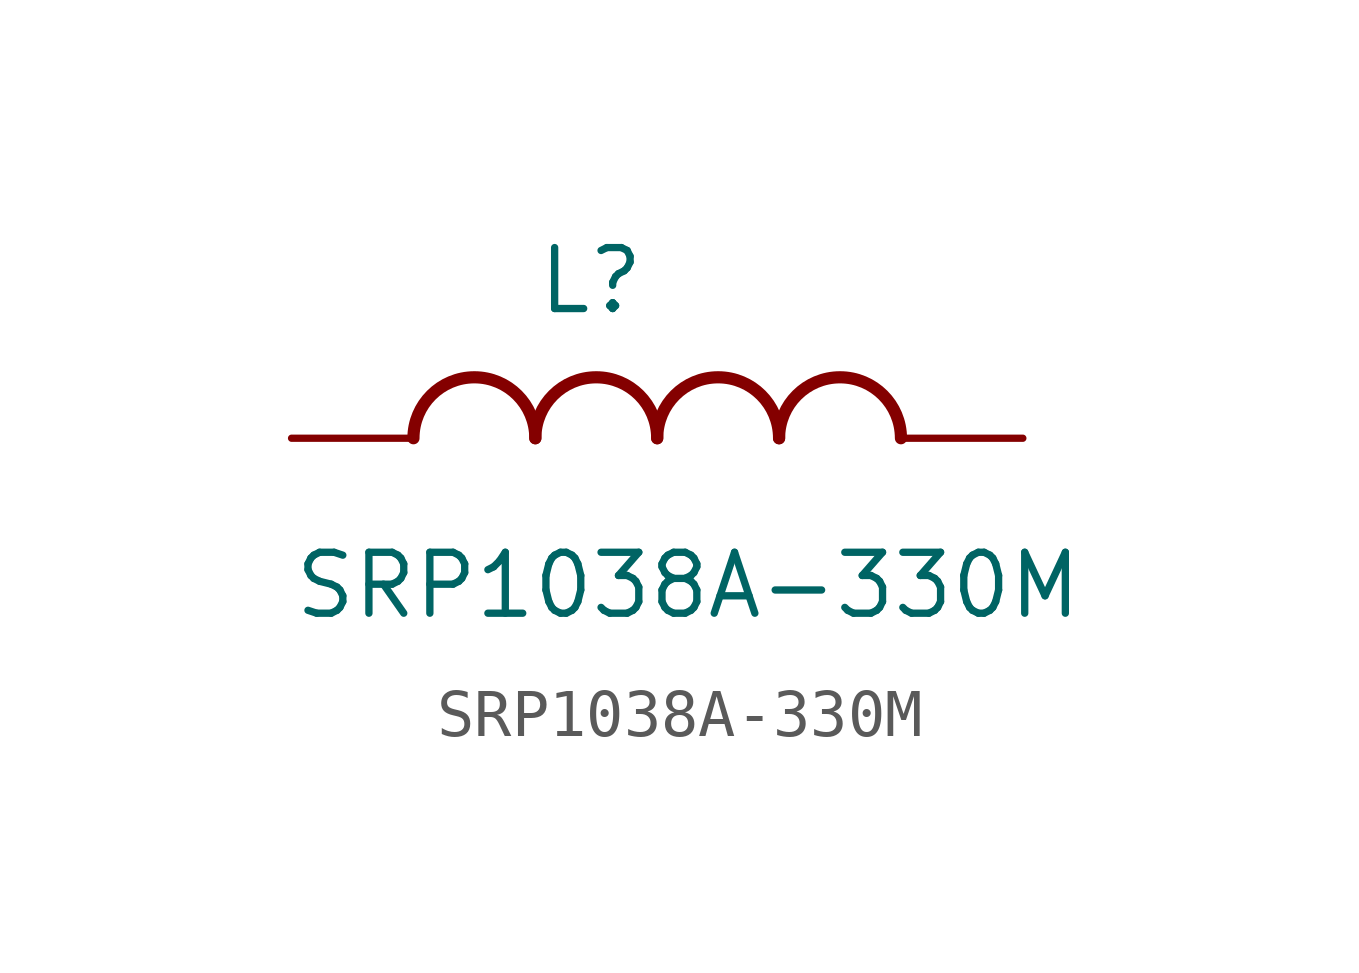
<source format=kicad_sym>
(kicad_symbol_lib
  (version 20220914)
  (generator kicad_symbol_editor)
  (symbol "SRP1038A-330M"
    (pin_numbers hide)
    (pin_names
      (offset 1.016) hide)
    (property "Reference" "L"
      (at -2.54 2.54 0)
      (effects (font (size 1.27 1.27)) (justify left bottom)))
    (property "Value" "SRP1038A-330M"
      (at -7.62 -3.81 0)
      (effects (font (size 1.27 1.27)) (justify left bottom)))
    (symbol "SRP1038A-330M_0_0"
      (arc (start -2.54 0) (mid -3.81 1.2645) (end -5.08 0) (stroke (width 0.254) (type default)) (fill (type none)))
      (arc (start 0 0) (mid -1.27 1.2645) (end -2.54 0) (stroke (width 0.254) (type default)) (fill (type none)))
      (arc (start 2.54 0) (mid 1.27 1.2645) (end 0 0) (stroke (width 0.254) (type default)) (fill (type none)))
      (arc (start 5.08 0) (mid 3.81 1.2645) (end 2.54 0) (stroke (width 0.254) (type default)) (fill (type none)))
      (pin passive line (at -7.62 0 0) (length 2.54) (name "~" (effects (font (size 1.016 1.016)))) (number "1" (effects (font (size 1.016 1.016)))))
      (pin passive line (at 7.62 0 180) (length 2.54) (name "~" (effects (font (size 1.016 1.016)))) (number "2" (effects (font (size 1.016 1.016))))))))
</source>
